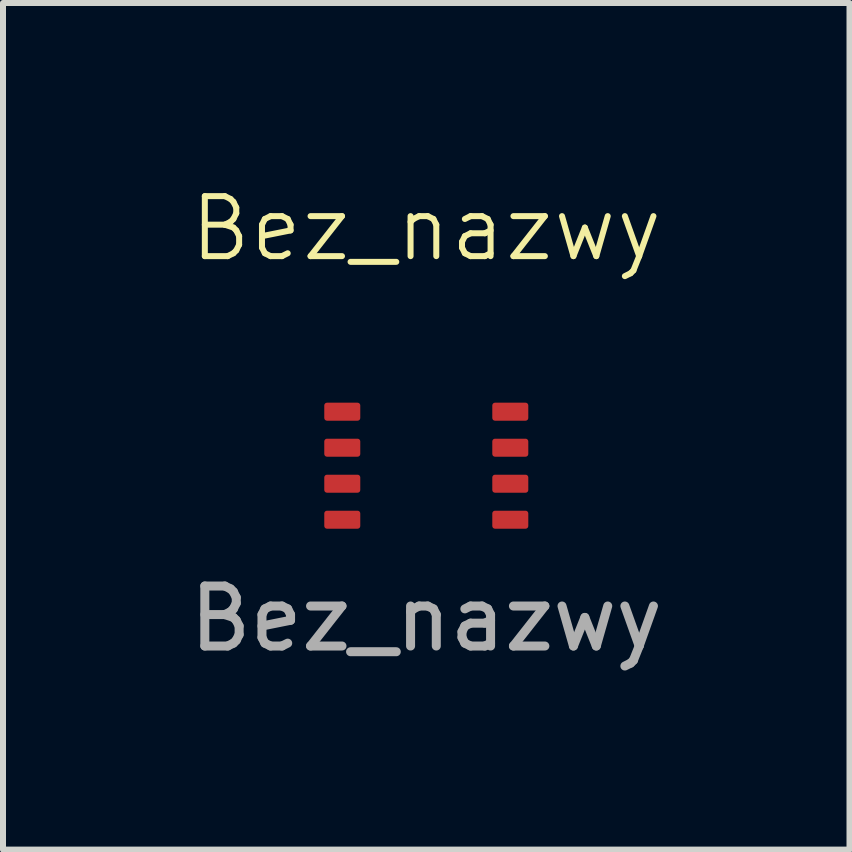
<source format=kicad_pcb>
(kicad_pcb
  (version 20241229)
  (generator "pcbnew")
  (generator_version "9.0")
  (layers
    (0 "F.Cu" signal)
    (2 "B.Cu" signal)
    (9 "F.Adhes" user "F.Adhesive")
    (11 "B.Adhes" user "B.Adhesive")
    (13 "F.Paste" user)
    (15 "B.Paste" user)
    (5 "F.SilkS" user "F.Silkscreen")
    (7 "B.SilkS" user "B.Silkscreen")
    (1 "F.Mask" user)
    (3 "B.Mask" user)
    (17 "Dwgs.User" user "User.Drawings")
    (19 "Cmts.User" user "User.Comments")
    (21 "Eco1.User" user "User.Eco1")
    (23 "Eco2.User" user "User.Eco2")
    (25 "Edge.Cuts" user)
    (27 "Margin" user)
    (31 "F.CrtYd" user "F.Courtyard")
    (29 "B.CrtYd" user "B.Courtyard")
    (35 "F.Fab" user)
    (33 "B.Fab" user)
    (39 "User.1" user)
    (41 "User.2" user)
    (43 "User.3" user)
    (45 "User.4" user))
  (footprint "Bez_nazwy"
    (layer "F.Cu")
    (at 4.054 4.761)
    (property "Reference" "Bez_nazwy" (at 0 -4 0) (unlocked yes) (layer "F.SilkS") (effects (font (size 1 1) (thickness 0.1))))
    (attr smd)
    (fp_text user "${REFERENCE}" (at 0 2.5 0) (unlocked yes) (layer "F.Fab") (effects (font (size 1 1) (thickness 0.15))))
    (pad "1" smd roundrect (at -1.4 -0.95) (size 0.6 0.3) (layers "F.Cu" "F.Mask" "F.Paste") (roundrect_rratio 0.15))
    (pad "2" smd roundrect (at -1.4 -0.35) (size 0.6 0.3) (layers "F.Cu" "F.Mask" "F.Paste") (roundrect_rratio 0.15))
    (pad "3" smd roundrect (at -1.4 0.25) (size 0.6 0.3) (layers "F.Cu" "F.Mask" "F.Paste") (roundrect_rratio 0.15))
    (pad "4" smd roundrect (at -1.4 0.85) (size 0.6 0.3) (layers "F.Cu" "F.Mask" "F.Paste") (roundrect_rratio 0.15))
    (pad "5" smd roundrect (at 1.4 0.85) (size 0.6 0.3) (layers "F.Cu" "F.Mask" "F.Paste") (roundrect_rratio 0.15))
    (pad "6" smd roundrect (at 1.4 0.25) (size 0.6 0.3) (layers "F.Cu" "F.Mask" "F.Paste") (roundrect_rratio 0.15))
    (pad "7" smd roundrect (at 1.4 -0.35) (size 0.6 0.3) (layers "F.Cu" "F.Mask" "F.Paste") (roundrect_rratio 0.15))
    (pad "8" smd roundrect (at 1.4 -0.95) (size 0.6 0.3) (layers "F.Cu" "F.Mask" "F.Paste") (roundrect_rratio 0.15)))
  (gr_rect
    (start -3 -3)
    (end 11.107 11.109)
    (stroke (width 0.1) (type default))
    (fill no)
    (layer "Edge.Cuts")))
</source>
